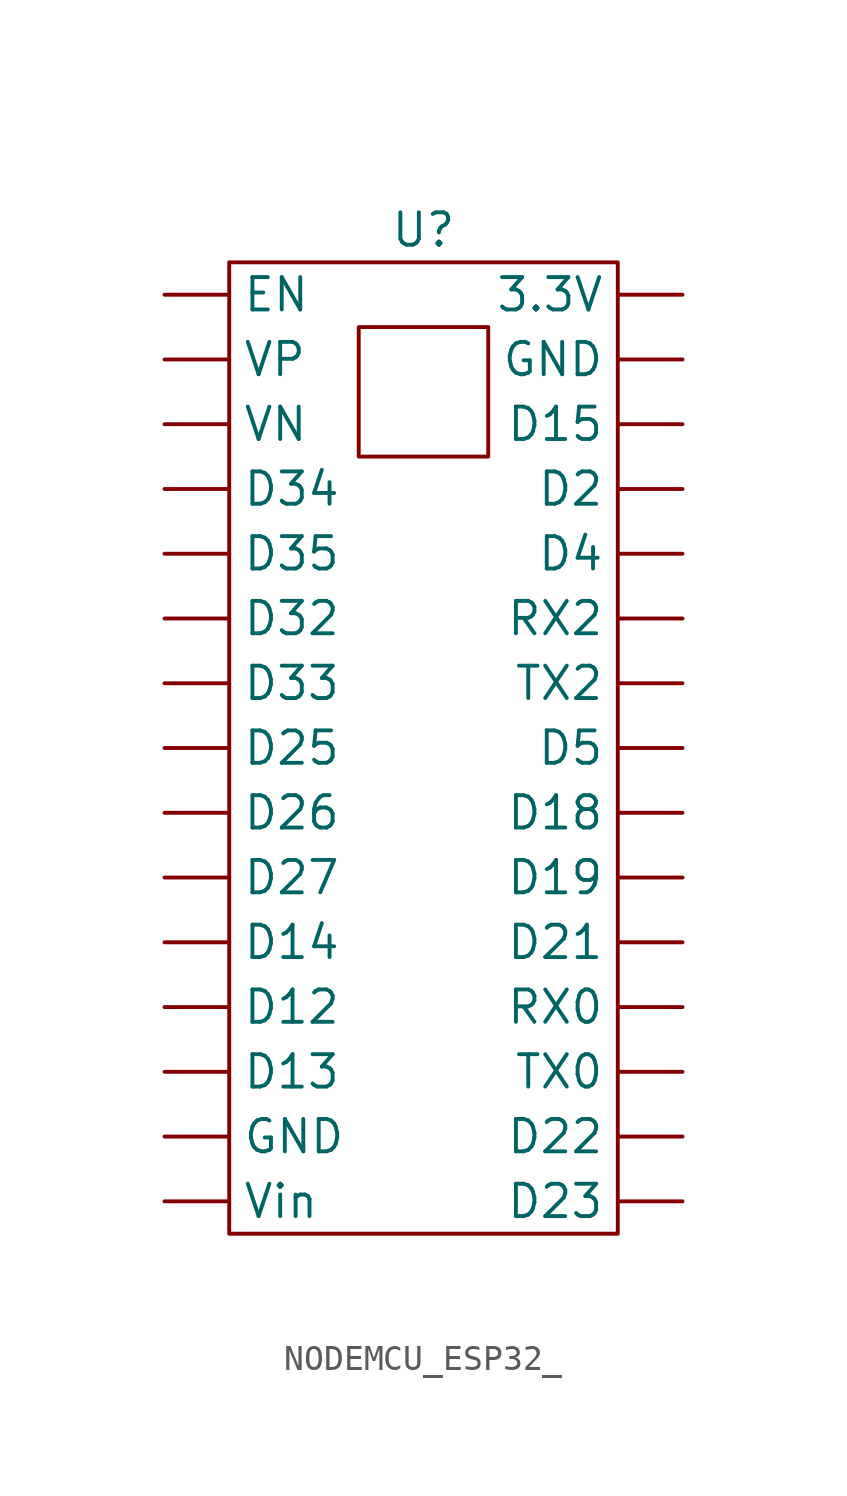
<source format=kicad_sym>
(kicad_symbol_lib
  (version 20220914)
  (generator kicad_symbol_editor)
  (symbol "NODEMCU_ESP32_"
    (property "Reference" "U"
      (at 0 20.32 0)
      (effects (font (size 1.27 1.27))))
    (property "Value" ""
      (at 0 0 0)
      (effects (font (size 1.27 1.27))))
    (symbol "NODEMCU_ESP32__0_1"
      (rectangle (start -7.62 19.05) (end 7.62 -19.05) (stroke (width 0) (type default)) (fill (type none)))
      (rectangle (start -2.54 16.51) (end 2.54 11.43) (stroke (width 0) (type default)) (fill (type none))))
    (symbol "NODEMCU_ESP32__1_1"
      (pin input line (at 10.16 17.78 180) (length 2.54) (name "3.3V" (effects (font (size 1.27 1.27)))) (number "" (effects (font (size 1.27 1.27)))))
      (pin input line (at -10.16 -10.16 0) (length 2.54) (name "D12" (effects (font (size 1.27 1.27)))) (number "" (effects (font (size 1.27 1.27)))))
      (pin input line (at -10.16 -12.7 0) (length 2.54) (name "D13" (effects (font (size 1.27 1.27)))) (number "" (effects (font (size 1.27 1.27)))))
      (pin input line (at -10.16 -7.62 0) (length 2.54) (name "D14" (effects (font (size 1.27 1.27)))) (number "" (effects (font (size 1.27 1.27)))))
      (pin input line (at 10.16 12.7 180) (length 2.54) (name "D15" (effects (font (size 1.27 1.27)))) (number "" (effects (font (size 1.27 1.27)))))
      (pin input line (at 10.16 -2.54 180) (length 2.54) (name "D18" (effects (font (size 1.27 1.27)))) (number "" (effects (font (size 1.27 1.27)))))
      (pin input line (at 10.16 -5.08 180) (length 2.54) (name "D19" (effects (font (size 1.27 1.27)))) (number "" (effects (font (size 1.27 1.27)))))
      (pin input line (at 10.16 10.16 180) (length 2.54) (name "D2" (effects (font (size 1.27 1.27)))) (number "" (effects (font (size 1.27 1.27)))))
      (pin input line (at 10.16 -7.62 180) (length 2.54) (name "D21" (effects (font (size 1.27 1.27)))) (number "" (effects (font (size 1.27 1.27)))))
      (pin input line (at 10.16 -15.24 180) (length 2.54) (name "D22" (effects (font (size 1.27 1.27)))) (number "" (effects (font (size 1.27 1.27)))))
      (pin input line (at 10.16 -17.78 180) (length 2.54) (name "D23" (effects (font (size 1.27 1.27)))) (number "" (effects (font (size 1.27 1.27)))))
      (pin input line (at -10.16 0 0) (length 2.54) (name "D25" (effects (font (size 1.27 1.27)))) (number "" (effects (font (size 1.27 1.27)))))
      (pin input line (at -10.16 -2.54 0) (length 2.54) (name "D26" (effects (font (size 1.27 1.27)))) (number "" (effects (font (size 1.27 1.27)))))
      (pin input line (at -10.16 -5.08 0) (length 2.54) (name "D27" (effects (font (size 1.27 1.27)))) (number "" (effects (font (size 1.27 1.27)))))
      (pin input line (at -10.16 5.08 0) (length 2.54) (name "D32" (effects (font (size 1.27 1.27)))) (number "" (effects (font (size 1.27 1.27)))))
      (pin input line (at -10.16 2.54 0) (length 2.54) (name "D33" (effects (font (size 1.27 1.27)))) (number "" (effects (font (size 1.27 1.27)))))
      (pin input line (at -10.16 10.16 0) (length 2.54) (name "D34" (effects (font (size 1.27 1.27)))) (number "" (effects (font (size 1.27 1.27)))))
      (pin input line (at -10.16 7.62 0) (length 2.54) (name "D35" (effects (font (size 1.27 1.27)))) (number "" (effects (font (size 1.27 1.27)))))
      (pin input line (at 10.16 7.62 180) (length 2.54) (name "D4" (effects (font (size 1.27 1.27)))) (number "" (effects (font (size 1.27 1.27)))))
      (pin input line (at 10.16 0 180) (length 2.54) (name "D5" (effects (font (size 1.27 1.27)))) (number "" (effects (font (size 1.27 1.27)))))
      (pin input line (at -10.16 17.78 0) (length 2.54) (name "EN" (effects (font (size 1.27 1.27)))) (number "" (effects (font (size 1.27 1.27)))))
      (pin input line (at -10.16 -15.24 0) (length 2.54) (name "GND" (effects (font (size 1.27 1.27)))) (number "" (effects (font (size 1.27 1.27)))))
      (pin input line (at 10.16 15.24 180) (length 2.54) (name "GND" (effects (font (size 1.27 1.27)))) (number "" (effects (font (size 1.27 1.27)))))
      (pin input line (at 10.16 -10.16 180) (length 2.54) (name "RX0" (effects (font (size 1.27 1.27)))) (number "" (effects (font (size 1.27 1.27)))))
      (pin input line (at 10.16 5.08 180) (length 2.54) (name "RX2" (effects (font (size 1.27 1.27)))) (number "" (effects (font (size 1.27 1.27)))))
      (pin input line (at 10.16 -12.7 180) (length 2.54) (name "TX0" (effects (font (size 1.27 1.27)))) (number "" (effects (font (size 1.27 1.27)))))
      (pin input line (at 10.16 2.54 180) (length 2.54) (name "TX2" (effects (font (size 1.27 1.27)))) (number "" (effects (font (size 1.27 1.27)))))
      (pin input line (at -10.16 12.7 0) (length 2.54) (name "VN" (effects (font (size 1.27 1.27)))) (number "" (effects (font (size 1.27 1.27)))))
      (pin input line (at -10.16 15.24 0) (length 2.54) (name "VP" (effects (font (size 1.27 1.27)))) (number "" (effects (font (size 1.27 1.27)))))
      (pin input line (at -10.16 -17.78 0) (length 2.54) (name "Vin" (effects (font (size 1.27 1.27)))) (number "" (effects (font (size 1.27 1.27))))))))
</source>
